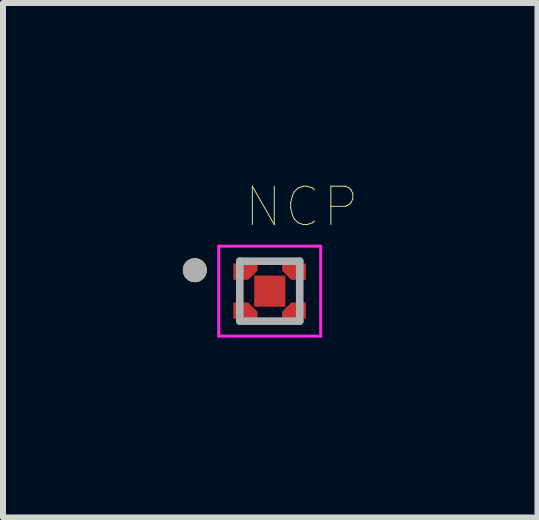
<source format=kicad_pcb>
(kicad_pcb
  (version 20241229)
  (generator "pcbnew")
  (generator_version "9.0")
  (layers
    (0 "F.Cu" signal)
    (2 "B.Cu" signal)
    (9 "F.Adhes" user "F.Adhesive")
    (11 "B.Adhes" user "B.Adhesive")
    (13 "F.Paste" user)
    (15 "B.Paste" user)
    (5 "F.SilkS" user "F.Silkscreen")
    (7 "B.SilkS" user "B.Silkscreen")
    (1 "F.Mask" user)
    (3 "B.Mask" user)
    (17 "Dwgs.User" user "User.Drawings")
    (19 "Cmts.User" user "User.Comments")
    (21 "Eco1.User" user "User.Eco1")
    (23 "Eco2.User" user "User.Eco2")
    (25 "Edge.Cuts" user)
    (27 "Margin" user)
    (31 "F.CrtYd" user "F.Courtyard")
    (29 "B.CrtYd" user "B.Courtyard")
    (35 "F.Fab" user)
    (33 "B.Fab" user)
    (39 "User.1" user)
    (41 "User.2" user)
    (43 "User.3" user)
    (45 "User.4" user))
  (footprint "NCP"
    (layer "F.Cu")
    (at 1.45 1.807)
    (property "Reference" "NCP" (at 0.532 -1.406 0) (layer "F.SilkS") (effects (font (size 0.64 0.64) (thickness 0.015))))
    (attr through_hole)
    (fp_poly (pts (xy -0.6 -0.455) (xy -0.21 -0.455) (xy -0.21 -0.345) (xy -0.36 -0.195) (xy -0.6 -0.195)) (stroke (width 0.01) (type solid)) (fill yes) (layer "F.Cu"))
    (fp_poly (pts (xy -0.6 0.455) (xy -0.21 0.455) (xy -0.21 0.345) (xy -0.36 0.195) (xy -0.6 0.195)) (stroke (width 0.01) (type solid)) (fill yes) (layer "F.Cu"))
    (fp_poly (pts (xy 0.6 -0.455) (xy 0.21 -0.455) (xy 0.21 -0.345) (xy 0.36 -0.195) (xy 0.6 -0.195)) (stroke (width 0.01) (type solid)) (fill yes) (layer "F.Cu"))
    (fp_poly (pts (xy 0.6 0.455) (xy 0.21 0.455) (xy 0.21 0.345) (xy 0.36 0.195) (xy 0.6 0.195)) (stroke (width 0.01) (type solid)) (fill yes) (layer "F.Cu"))
    (fp_poly (pts (xy -0.65 -0.505) (xy -0.16 -0.505) (xy -0.16 -0.32) (xy -0.335 -0.145) (xy -0.65 -0.145)) (stroke (width 0.01) (type solid)) (fill yes) (layer "F.Mask"))
    (fp_poly (pts (xy -0.65 0.505) (xy -0.16 0.505) (xy -0.16 0.32) (xy -0.335 0.145) (xy -0.65 0.145)) (stroke (width 0.01) (type solid)) (fill yes) (layer "F.Mask"))
    (fp_poly (pts (xy 0.65 -0.505) (xy 0.16 -0.505) (xy 0.16 -0.32) (xy 0.335 -0.145) (xy 0.65 -0.145)) (stroke (width 0.01) (type solid)) (fill yes) (layer "F.Mask"))
    (fp_poly (pts (xy 0.65 0.505) (xy 0.16 0.505) (xy 0.16 0.32) (xy 0.335 0.145) (xy 0.65 0.145)) (stroke (width 0.01) (type solid)) (fill yes) (layer "F.Mask"))
    (fp_circle (center -1.25 -0.35) (end -1.15 -0.35) (stroke (width 0.2) (type solid)) (fill no) (layer "F.SilkS"))
    (fp_poly (pts (xy -0.6 -0.455) (xy -0.21 -0.455) (xy -0.21 -0.345) (xy -0.36 -0.195) (xy -0.6 -0.195)) (stroke (width 0.01) (type solid)) (fill yes) (layer "F.Paste"))
    (fp_poly (pts (xy -0.6 0.455) (xy -0.21 0.455) (xy -0.21 0.345) (xy -0.36 0.195) (xy -0.6 0.195)) (stroke (width 0.01) (type solid)) (fill yes) (layer "F.Paste"))
    (fp_poly (pts (xy 0.6 -0.455) (xy 0.21 -0.455) (xy 0.21 -0.345) (xy 0.36 -0.195) (xy 0.6 -0.195)) (stroke (width 0.01) (type solid)) (fill yes) (layer "F.Paste"))
    (fp_poly (pts (xy 0.6 0.455) (xy 0.21 0.455) (xy 0.21 0.345) (xy 0.36 0.195) (xy 0.6 0.195)) (stroke (width 0.01) (type solid)) (fill yes) (layer "F.Paste"))
    (fp_line (start -0.85 -0.75) (end 0.85 -0.75) (stroke (width 0.05) (type solid)) (layer "F.CrtYd"))
    (fp_line (start -0.85 0.75) (end -0.85 -0.75) (stroke (width 0.05) (type solid)) (layer "F.CrtYd"))
    (fp_line (start 0.85 -0.75) (end 0.85 0.75) (stroke (width 0.05) (type solid)) (layer "F.CrtYd"))
    (fp_line (start 0.85 0.75) (end -0.85 0.75) (stroke (width 0.05) (type solid)) (layer "F.CrtYd"))
    (fp_line (start -0.5 -0.5) (end -0.5 0.5) (stroke (width 0.127) (type solid)) (layer "F.Fab"))
    (fp_line (start -0.5 0.5) (end 0.5 0.5) (stroke (width 0.127) (type solid)) (layer "F.Fab"))
    (fp_line (start 0.5 -0.5) (end -0.5 -0.5) (stroke (width 0.127) (type solid)) (layer "F.Fab"))
    (fp_line (start 0.5 0.5) (end 0.5 -0.5) (stroke (width 0.127) (type solid)) (layer "F.Fab"))
    (fp_circle (center -1.25 -0.35) (end -1.15 -0.35) (stroke (width 0.2) (type solid)) (fill no) (layer "F.Fab"))
    (pad "1" smd rect (at -0.405 -0.325) (size 0.1 0.1) (layers "F.Cu"))
    (pad "2" smd rect (at -0.405 0.325) (size 0.1 0.1) (layers "F.Cu"))
    (pad "3" smd rect (at 0.405 0.325) (size 0.1 0.1) (layers "F.Cu"))
    (pad "4" smd rect (at 0.405 -0.325) (size 0.1 0.1) (layers "F.Cu"))
    (pad "5" smd rect (at 0 0) (size 0.52 0.52) (layers "F.Cu" "F.Mask" "F.Paste")))
  (gr_rect
    (start -3 -3)
    (end 5.916 5.582)
    (stroke (width 0.1) (type default))
    (fill no)
    (layer "Edge.Cuts")))
</source>
